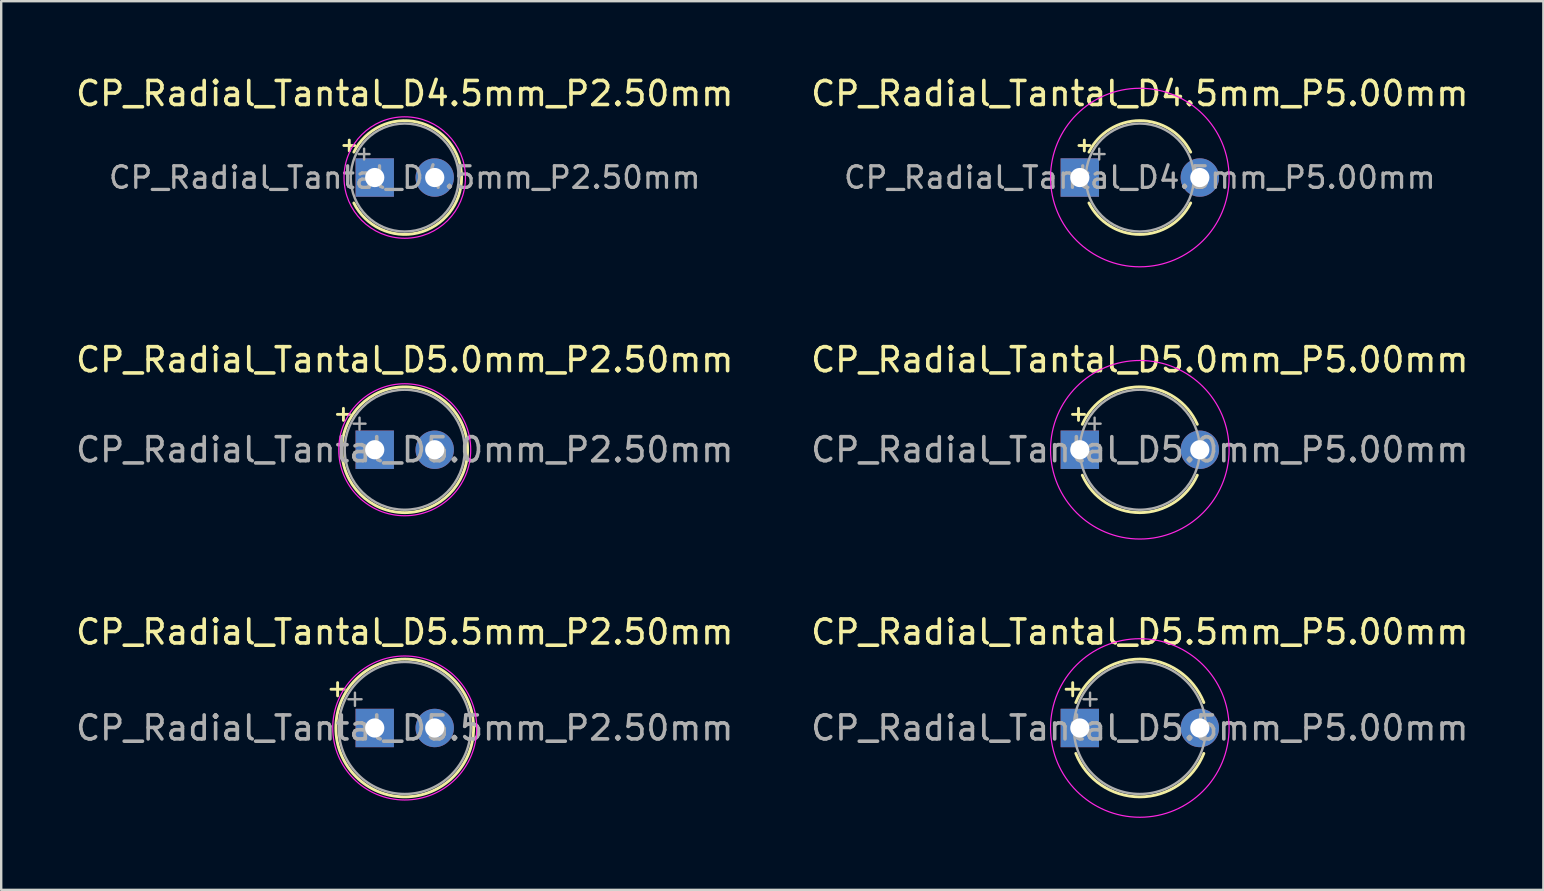
<source format=kicad_pcb>
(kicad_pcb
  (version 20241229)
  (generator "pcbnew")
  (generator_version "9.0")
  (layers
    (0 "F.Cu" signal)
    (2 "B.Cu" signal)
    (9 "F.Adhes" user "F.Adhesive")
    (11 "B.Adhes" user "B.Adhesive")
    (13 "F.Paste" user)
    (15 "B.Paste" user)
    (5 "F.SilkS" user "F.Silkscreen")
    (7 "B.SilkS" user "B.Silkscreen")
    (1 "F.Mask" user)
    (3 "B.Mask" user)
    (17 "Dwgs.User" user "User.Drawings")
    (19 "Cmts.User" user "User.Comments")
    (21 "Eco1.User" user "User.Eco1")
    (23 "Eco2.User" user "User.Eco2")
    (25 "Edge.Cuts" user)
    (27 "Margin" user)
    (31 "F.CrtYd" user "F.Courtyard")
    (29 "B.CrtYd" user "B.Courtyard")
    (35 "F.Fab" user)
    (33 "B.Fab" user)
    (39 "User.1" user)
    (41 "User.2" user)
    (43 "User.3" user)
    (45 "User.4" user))
  (footprint "CP_Radial_Tantal_D5.5mm_P2.50mm"
    (layer "F.Cu")
    (at 12.565 27.285)
    (property "Reference" "CP_Radial_Tantal_D5.5mm_P2.50mm" (at 1.25 -4 0) (layer "F.SilkS") (effects (font (size 1 1) (thickness 0.15))))
    (attr through_hole)
    (fp_line (start -1.822 -1.615) (end -1.272 -1.615) (stroke (width 0.12) (type solid)) (layer "F.SilkS"))
    (fp_line (start -1.547 -1.89) (end -1.547 -1.34) (stroke (width 0.12) (type solid)) (layer "F.SilkS"))
    (fp_circle (center 1.25 0) (end 4.12 0) (stroke (width 0.12) (type solid)) (fill no) (layer "F.SilkS"))
    (fp_circle (center 1.25 0) (end 4.25 0) (stroke (width 0.05) (type solid)) (fill no) (layer "F.CrtYd"))
    (fp_line (start -1.099 -1.198) (end -0.549 -1.198) (stroke (width 0.1) (type solid)) (layer "F.Fab"))
    (fp_line (start -0.824 -1.472) (end -0.824 -0.922) (stroke (width 0.1) (type solid)) (layer "F.Fab"))
    (fp_circle (center 1.25 0) (end 4 0) (stroke (width 0.1) (type solid)) (fill no) (layer "F.Fab"))
    (fp_text user "${REFERENCE}" (at 1.25 0 0) (layer "F.Fab") (effects (font (size 1 1) (thickness 0.15))))
    (pad "1" thru_hole rect (at 0 0) (size 1.6 1.6) (drill 0.8) (layers "*.Cu" "*.Mask"))
    (pad "2" thru_hole circle (at 2.5 0) (size 1.6 1.6) (drill 0.8) (layers "*.Cu" "*.Mask")))
  (footprint "CP_Radial_Tantal_D5.0mm_P5.00mm"
    (layer "F.Cu")
    (at 41.946 15.691)
    (property "Reference" "CP_Radial_Tantal_D5.0mm_P5.00mm" (at 2.5 -3.75 0) (layer "F.SilkS") (effects (font (size 1 1) (thickness 0.15))))
    (attr through_hole)
    (fp_line (start -0.305 -1.475) (end 0.195 -1.475) (stroke (width 0.12) (type solid)) (layer "F.SilkS"))
    (fp_line (start -0.055 -1.725) (end -0.055 -1.225) (stroke (width 0.12) (type solid)) (layer "F.SilkS"))
    (fp_arc (start 0.104003 -1.06) (mid 2.5 -2.62) (end 4.895997 -1.06) (stroke (width 0.12) (type solid)) (layer "F.SilkS"))
    (fp_arc (start 4.895997 1.06) (mid 2.5 2.62) (end 0.104003 1.06) (stroke (width 0.12) (type solid)) (layer "F.SilkS"))
    (fp_circle (center 2.5 0) (end 6.22 0) (stroke (width 0.05) (type solid)) (fill no) (layer "F.CrtYd"))
    (fp_line (start 0.366 -1.087) (end 0.866 -1.087) (stroke (width 0.1) (type solid)) (layer "F.Fab"))
    (fp_line (start 0.616 -1.337) (end 0.616 -0.838) (stroke (width 0.1) (type solid)) (layer "F.Fab"))
    (fp_circle (center 2.5 0) (end 5 0) (stroke (width 0.1) (type solid)) (fill no) (layer "F.Fab"))
    (fp_text user "${REFERENCE}" (at 2.5 0 0) (layer "F.Fab") (effects (font (size 1 1) (thickness 0.15))))
    (pad "1" thru_hole rect (at 0 0) (size 1.6 1.6) (drill 0.8) (layers "*.Cu" "*.Mask"))
    (pad "2" thru_hole circle (at 5 0) (size 1.6 1.6) (drill 0.8) (layers "*.Cu" "*.Mask")))
  (footprint "CP_Radial_Tantal_D5.5mm_P5.00mm"
    (layer "F.Cu")
    (at 41.946 27.285)
    (property "Reference" "CP_Radial_Tantal_D5.5mm_P5.00mm" (at 2.5 -4 0) (layer "F.SilkS") (effects (font (size 1 1) (thickness 0.15))))
    (attr through_hole)
    (fp_line (start -0.572 -1.615) (end -0.022 -1.615) (stroke (width 0.12) (type solid)) (layer "F.SilkS"))
    (fp_line (start -0.297 -1.89) (end -0.297 -1.34) (stroke (width 0.12) (type solid)) (layer "F.SilkS"))
    (fp_arc (start -0.167077 -1.06) (mid 2.5 -2.87) (end 5.167077 -1.06) (stroke (width 0.12) (type solid)) (layer "F.SilkS"))
    (fp_arc (start 5.167077 1.06) (mid 2.5 2.87) (end -0.167077 1.06) (stroke (width 0.12) (type solid)) (layer "F.SilkS"))
    (fp_circle (center 2.5 0) (end 6.22 0) (stroke (width 0.05) (type solid)) (fill no) (layer "F.CrtYd"))
    (fp_line (start 0.151 -1.198) (end 0.701 -1.198) (stroke (width 0.1) (type solid)) (layer "F.Fab"))
    (fp_line (start 0.426 -1.472) (end 0.426 -0.922) (stroke (width 0.1) (type solid)) (layer "F.Fab"))
    (fp_circle (center 2.5 0) (end 5.25 0) (stroke (width 0.1) (type solid)) (fill no) (layer "F.Fab"))
    (fp_text user "${REFERENCE}" (at 2.5 0 0) (layer "F.Fab") (effects (font (size 1 1) (thickness 0.15))))
    (pad "1" thru_hole rect (at 0 0) (size 1.6 1.6) (drill 0.8) (layers "*.Cu" "*.Mask"))
    (pad "2" thru_hole circle (at 5 0) (size 1.6 1.6) (drill 0.8) (layers "*.Cu" "*.Mask")))
  (footprint "CP_Radial_Tantal_D4.5mm_P2.50mm"
    (layer "F.Cu")
    (at 12.565 4.348)
    (property "Reference" "CP_Radial_Tantal_D4.5mm_P2.50mm" (at 1.25 -3.5 0) (layer "F.SilkS") (effects (font (size 1 1) (thickness 0.15))))
    (attr through_hole)
    (fp_line (start -1.287 -1.335) (end -0.837 -1.335) (stroke (width 0.12) (type solid)) (layer "F.SilkS"))
    (fp_line (start -1.062 -1.56) (end -1.062 -1.11) (stroke (width 0.12) (type solid)) (layer "F.SilkS"))
    (fp_arc (start -0.869741 -1.06) (mid 3.62 0) (end -0.869741 1.06) (stroke (width 0.12) (type solid)) (layer "F.SilkS"))
    (fp_circle (center 1.25 0) (end 3.78 0) (stroke (width 0.05) (type solid)) (fill no) (layer "F.CrtYd"))
    (fp_line (start -0.668 -0.978) (end -0.218 -0.978) (stroke (width 0.1) (type solid)) (layer "F.Fab"))
    (fp_line (start -0.443 -1.202) (end -0.443 -0.752) (stroke (width 0.1) (type solid)) (layer "F.Fab"))
    (fp_circle (center 1.25 0) (end 3.5 0) (stroke (width 0.1) (type solid)) (fill no) (layer "F.Fab"))
    (fp_text user "${REFERENCE}" (at 1.25 0 0) (layer "F.Fab") (effects (font (size 0.9 0.9) (thickness 0.135))))
    (pad "1" thru_hole rect (at 0 0) (size 1.6 1.6) (drill 0.8) (layers "*.Cu" "*.Mask"))
    (pad "2" thru_hole circle (at 2.5 0) (size 1.6 1.6) (drill 0.8) (layers "*.Cu" "*.Mask")))
  (footprint "CP_Radial_Tantal_D4.5mm_P5.00mm"
    (layer "F.Cu")
    (at 41.946 4.348)
    (property "Reference" "CP_Radial_Tantal_D4.5mm_P5.00mm" (at 2.5 -3.5 0) (layer "F.SilkS") (effects (font (size 1 1) (thickness 0.15))))
    (attr through_hole)
    (fp_line (start -0.037 -1.335) (end 0.413 -1.335) (stroke (width 0.12) (type solid)) (layer "F.SilkS"))
    (fp_line (start 0.188 -1.56) (end 0.188 -1.11) (stroke (width 0.12) (type solid)) (layer "F.SilkS"))
    (fp_arc (start 0.380259 -1.06) (mid 2.5 -2.37) (end 4.619741 -1.06) (stroke (width 0.12) (type solid)) (layer "F.SilkS"))
    (fp_arc (start 4.619741 1.06) (mid 2.5 2.37) (end 0.380259 1.06) (stroke (width 0.12) (type solid)) (layer "F.SilkS"))
    (fp_circle (center 2.5 0) (end 6.22 0) (stroke (width 0.05) (type solid)) (fill no) (layer "F.CrtYd"))
    (fp_line (start 0.582 -0.978) (end 1.032 -0.978) (stroke (width 0.1) (type solid)) (layer "F.Fab"))
    (fp_line (start 0.807 -1.202) (end 0.807 -0.752) (stroke (width 0.1) (type solid)) (layer "F.Fab"))
    (fp_circle (center 2.5 0) (end 4.75 0) (stroke (width 0.1) (type solid)) (fill no) (layer "F.Fab"))
    (fp_text user "${REFERENCE}" (at 2.5 0 0) (layer "F.Fab") (effects (font (size 0.9 0.9) (thickness 0.135))))
    (pad "1" thru_hole rect (at 0 0) (size 1.6 1.6) (drill 0.8) (layers "*.Cu" "*.Mask"))
    (pad "2" thru_hole circle (at 5 0) (size 1.6 1.6) (drill 0.8) (layers "*.Cu" "*.Mask")))
  (footprint "CP_Radial_Tantal_D5.0mm_P2.50mm"
    (layer "F.Cu")
    (at 12.565 15.691)
    (property "Reference" "CP_Radial_Tantal_D5.0mm_P2.50mm" (at 1.25 -3.75 0) (layer "F.SilkS") (effects (font (size 1 1) (thickness 0.15))))
    (attr through_hole)
    (fp_line (start -1.555 -1.475) (end -1.055 -1.475) (stroke (width 0.12) (type solid)) (layer "F.SilkS"))
    (fp_line (start -1.305 -1.725) (end -1.305 -1.225) (stroke (width 0.12) (type solid)) (layer "F.SilkS"))
    (fp_circle (center 1.25 0) (end 3.87 0) (stroke (width 0.12) (type solid)) (fill no) (layer "F.SilkS"))
    (fp_circle (center 1.25 0) (end 4 0) (stroke (width 0.05) (type solid)) (fill no) (layer "F.CrtYd"))
    (fp_line (start -0.884 -1.087) (end -0.384 -1.087) (stroke (width 0.1) (type solid)) (layer "F.Fab"))
    (fp_line (start -0.634 -1.337) (end -0.634 -0.838) (stroke (width 0.1) (type solid)) (layer "F.Fab"))
    (fp_circle (center 1.25 0) (end 3.75 0) (stroke (width 0.1) (type solid)) (fill no) (layer "F.Fab"))
    (fp_text user "${REFERENCE}" (at 1.25 0 0) (layer "F.Fab") (effects (font (size 1 1) (thickness 0.15))))
    (pad "1" thru_hole rect (at 0 0) (size 1.6 1.6) (drill 0.8) (layers "*.Cu" "*.Mask"))
    (pad "2" thru_hole circle (at 2.5 0) (size 1.6 1.6) (drill 0.8) (layers "*.Cu" "*.Mask")))
  (gr_rect
    (start -3 -3)
    (end 61.262 34.03)
    (stroke (width 0.1) (type default))
    (fill no)
    (layer "Edge.Cuts")))
</source>
